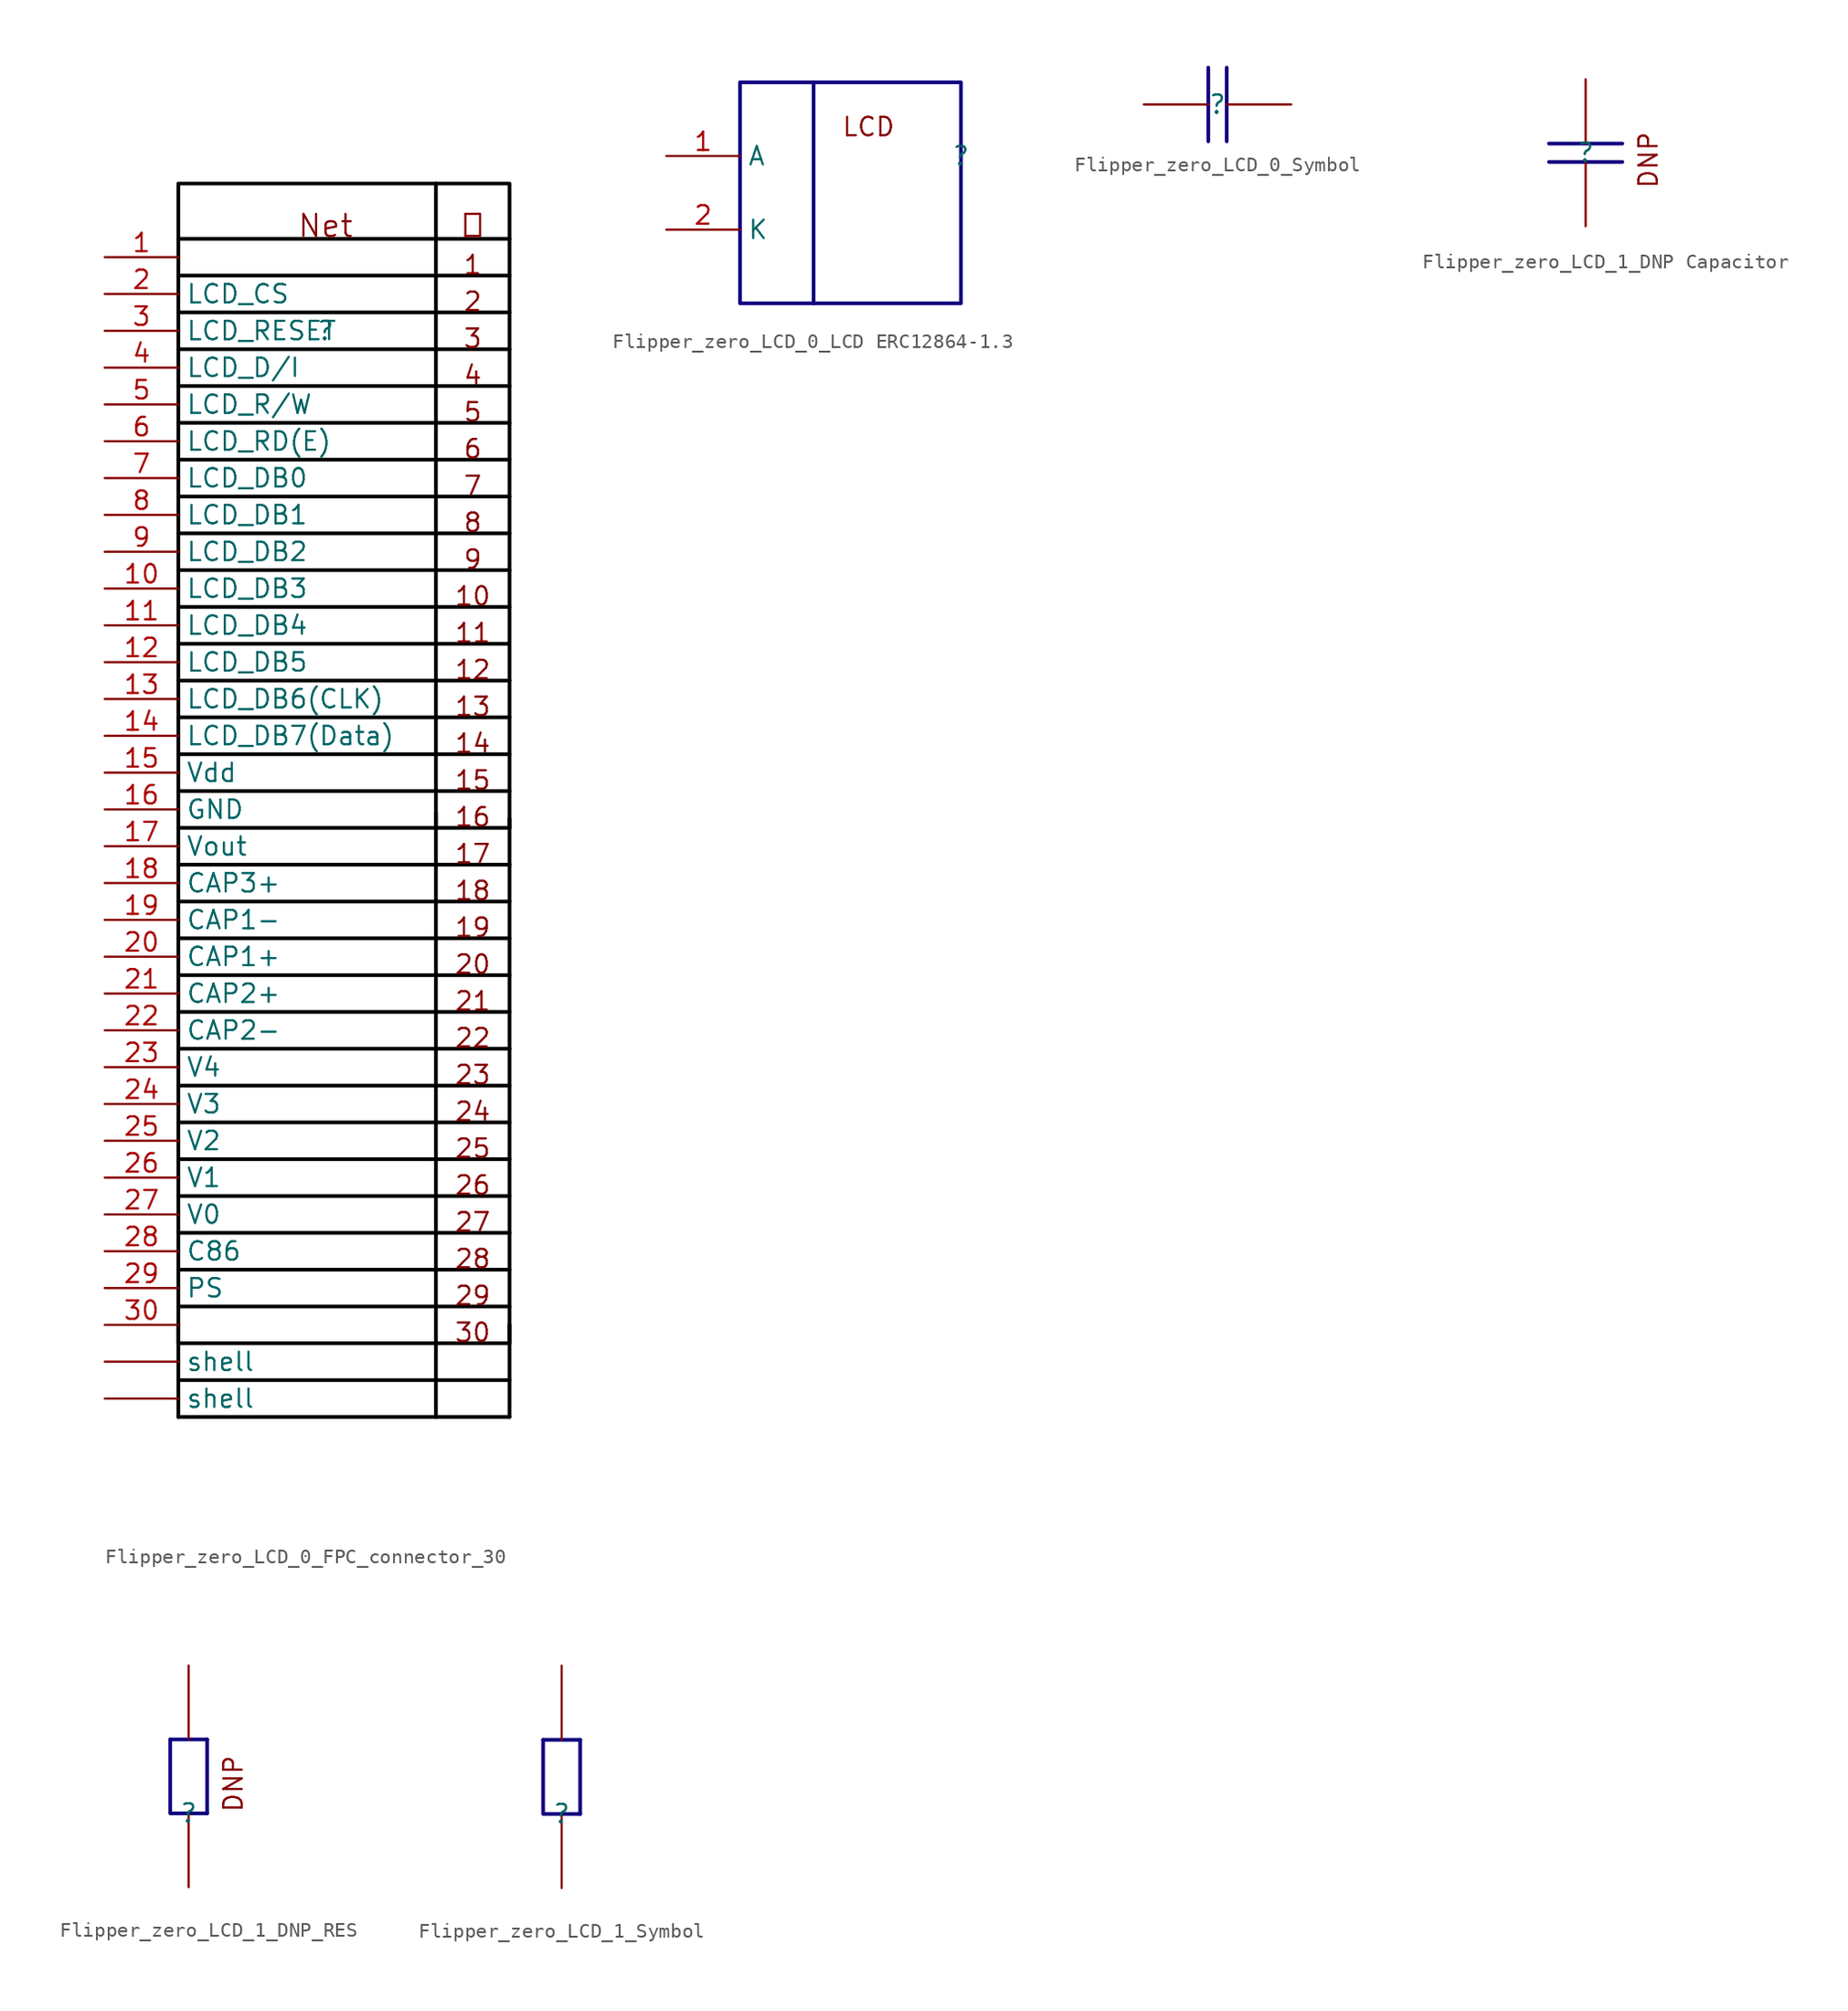
<source format=kicad_sym>
(kicad_symbol_lib
  (version 20220914)
  (generator kicad_symbol_editor)
  (symbol "Flipper_zero_LCD_0_FPC_connector_30"
    (property "Reference" ""
      (at 0 0 0)
      (effects (font (size 1.27 1.27))))
    (property "Value" ""
      (at 0 0 0)
      (effects (font (size 1.27 1.27))))
    (symbol "Flipper_zero_LCD_0_FPC_connector_30_1_0"
      (polyline (pts (xy -10.16 -74.93) (xy 12.7 -74.93)) (stroke (width 0.254) (type solid) (color 0 0 0 1)) (fill (type none)))
      (polyline (pts (xy -10.16 -72.39) (xy 12.7 -72.39)) (stroke (width 0.254) (type solid) (color 0 0 0 1)) (fill (type none)))
      (polyline (pts (xy -10.16 -68.58) (xy -10.16 -74.93)) (stroke (width 0.254) (type solid) (color 0 0 0 1)) (fill (type none)))
      (polyline (pts (xy -10.16 -67.31) (xy 12.7 -67.31)) (stroke (width 0.254) (type solid) (color 0 0 0 1)) (fill (type none)))
      (polyline (pts (xy -10.16 -64.77) (xy 12.7 -64.77)) (stroke (width 0.254) (type solid) (color 0 0 0 1)) (fill (type none)))
      (polyline (pts (xy -10.16 -62.23) (xy 12.7 -62.23)) (stroke (width 0.254) (type solid) (color 0 0 0 1)) (fill (type none)))
      (polyline (pts (xy -10.16 -59.69) (xy 12.7 -59.69)) (stroke (width 0.254) (type solid) (color 0 0 0 1)) (fill (type none)))
      (polyline (pts (xy -10.16 -57.15) (xy 12.7 -57.15)) (stroke (width 0.254) (type solid) (color 0 0 0 1)) (fill (type none)))
      (polyline (pts (xy -10.16 -54.61) (xy 12.7 -54.61)) (stroke (width 0.254) (type solid) (color 0 0 0 1)) (fill (type none)))
      (polyline (pts (xy -10.16 -52.07) (xy 12.7 -52.07)) (stroke (width 0.254) (type solid) (color 0 0 0 1)) (fill (type none)))
      (polyline (pts (xy -10.16 -49.53) (xy 12.7 -49.53)) (stroke (width 0.254) (type solid) (color 0 0 0 1)) (fill (type none)))
      (polyline (pts (xy -10.16 -46.99) (xy 12.7 -46.99)) (stroke (width 0.254) (type solid) (color 0 0 0 1)) (fill (type none)))
      (polyline (pts (xy -10.16 -44.45) (xy 12.7 -44.45)) (stroke (width 0.254) (type solid) (color 0 0 0 1)) (fill (type none)))
      (polyline (pts (xy -10.16 -41.91) (xy 12.7 -41.91)) (stroke (width 0.254) (type solid) (color 0 0 0 1)) (fill (type none)))
      (polyline (pts (xy -10.16 -39.37) (xy 12.7 -39.37)) (stroke (width 0.254) (type solid) (color 0 0 0 1)) (fill (type none)))
      (polyline (pts (xy -10.16 -36.83) (xy 12.7 -36.83)) (stroke (width 0.254) (type solid) (color 0 0 0 1)) (fill (type none)))
      (polyline (pts (xy -10.16 -31.75) (xy 12.7 -31.75)) (stroke (width 0.254) (type solid) (color 0 0 0 1)) (fill (type none)))
      (polyline (pts (xy -10.16 -29.21) (xy 12.7 -29.21)) (stroke (width 0.254) (type solid) (color 0 0 0 1)) (fill (type none)))
      (polyline (pts (xy -10.16 -26.67) (xy 12.7 -26.67)) (stroke (width 0.254) (type solid) (color 0 0 0 1)) (fill (type none)))
      (polyline (pts (xy -10.16 -21.59) (xy -10.16 -24.13)) (stroke (width 0.254) (type solid) (color 0 0 0 1)) (fill (type none)))
      (polyline (pts (xy -10.16 1.27) (xy 12.7 1.27)) (stroke (width 0.254) (type solid) (color 0 0 0 1)) (fill (type none)))
      (polyline (pts (xy -10.16 3.81) (xy 12.7 3.81)) (stroke (width 0.254) (type solid) (color 0 0 0 1)) (fill (type none)))
      (polyline (pts (xy -10.16 6.35) (xy 12.7 6.35)) (stroke (width 0.254) (type solid) (color 0 0 0 1)) (fill (type none)))
      (polyline (pts (xy 7.62 -33.274) (xy 7.62 -74.93)) (stroke (width 0.254) (type solid) (color 0 0 0 1)) (fill (type none)))
      (polyline (pts (xy 7.62 -24.13) (xy 7.62 -34.29)) (stroke (width 0.254) (type solid) (color 0 0 0 1)) (fill (type none)))
      (polyline (pts (xy 7.62 10.16) (xy 7.62 -24.13)) (stroke (width 0.254) (type solid) (color 0 0 0 1)) (fill (type none)))
      (polyline (pts (xy 12.7 -68.58) (xy 12.7 -74.93)) (stroke (width 0.254) (type solid) (color 0 0 0 1)) (fill (type none)))
      (polyline (pts (xy 12.7 -34.29) (xy 12.7 -24.13)) (stroke (width 0.254) (type solid) (color 0 0 0 1)) (fill (type none)))
      (polyline (pts (xy -10.16 -24.13) (xy -10.16 -34.29) (xy 12.7 -34.29)) (stroke (width 0.254) (type solid) (color 0 0 0 1)) (fill (type none)))
      (polyline (pts (xy 12.7 -11.43) (xy 12.7 -13.97) (xy -10.16 -13.97)) (stroke (width 0.254) (type solid) (color 0 0 0 1)) (fill (type none)))
      (polyline (pts (xy -10.16 -34.29) (xy -10.16 -69.85) (xy 12.7 -69.85) (xy 12.7 -33.655)) (stroke (width 0.254) (type solid) (color 0 0 0 1)) (fill (type none)))
      (polyline (pts (xy -10.16 -16.51) (xy -10.16 -19.05) (xy 12.7 -19.05) (xy 12.7 -16.51)) (stroke (width 0.254) (type solid) (color 0 0 0 1)) (fill (type none)))
      (polyline (pts (xy -10.16 -11.43) (xy -10.16 -16.51) (xy 12.7 -16.51) (xy 12.7 -13.97)) (stroke (width 0.254) (type solid) (color 0 0 0 1)) (fill (type none)))
      (polyline (pts (xy -10.16 -8.89) (xy -10.16 -11.43) (xy 12.7 -11.43) (xy 12.7 -8.89)) (stroke (width 0.254) (type solid) (color 0 0 0 1)) (fill (type none)))
      (polyline (pts (xy -10.16 -3.81) (xy -10.16 -6.35) (xy 12.7 -6.35) (xy 12.7 -3.81)) (stroke (width 0.254) (type solid) (color 0 0 0 1)) (fill (type none)))
      (polyline (pts (xy -10.16 -1.27) (xy -10.16 -3.81) (xy 12.7 -3.81) (xy 12.7 -1.27)) (stroke (width 0.254) (type solid) (color 0 0 0 1)) (fill (type none)))
      (polyline (pts (xy 12.7 -6.35) (xy 12.7 -8.89) (xy -10.16 -8.89) (xy -10.16 -6.35)) (stroke (width 0.254) (type solid) (color 0 0 0 1)) (fill (type none)))
      (polyline (pts (xy -10.16 -19.05) (xy -10.16 -21.59) (xy 12.7 -21.59) (xy 12.7 -19.05) (xy 12.7 -24.13) (xy -10.16 -24.13)) (stroke (width 0.254) (type solid) (color 0 0 0 1)) (fill (type none)))
      (polyline (pts (xy -10.16 0) (xy -10.16 10.16) (xy 12.7 10.16) (xy 12.7 -1.27) (xy -10.16 -1.27) (xy -10.16 0)) (stroke (width 0.254) (type solid) (color 0 0 0 1)) (fill (type none)))
      (text "1" (at 10.16 3.81 0) (effects (font (size 1.27 1.27)) (justify bottom)))
      (text "10" (at 10.16 -19.05 0) (effects (font (size 1.27 1.27)) (justify bottom)))
      (text "11" (at 10.16 -21.59 0) (effects (font (size 1.27 1.27)) (justify bottom)))
      (text "12" (at 10.16 -24.13 0) (effects (font (size 1.27 1.27)) (justify bottom)))
      (text "13" (at 10.16 -26.67 0) (effects (font (size 1.27 1.27)) (justify bottom)))
      (text "14" (at 10.16 -29.21 0) (effects (font (size 1.27 1.27)) (justify bottom)))
      (text "15" (at 10.16 -31.75 0) (effects (font (size 1.27 1.27)) (justify bottom)))
      (text "16" (at 10.16 -34.29 0) (effects (font (size 1.27 1.27)) (justify bottom)))
      (text "17" (at 10.16 -36.83 0) (effects (font (size 1.27 1.27)) (justify bottom)))
      (text "18" (at 10.16 -39.37 0) (effects (font (size 1.27 1.27)) (justify bottom)))
      (text "19" (at 10.16 -41.91 0) (effects (font (size 1.27 1.27)) (justify bottom)))
      (text "2" (at 10.16 1.27 0) (effects (font (size 1.27 1.27)) (justify bottom)))
      (text "20" (at 10.16 -44.45 0) (effects (font (size 1.27 1.27)) (justify bottom)))
      (text "21" (at 10.16 -46.99 0) (effects (font (size 1.27 1.27)) (justify bottom)))
      (text "22" (at 10.16 -49.53 0) (effects (font (size 1.27 1.27)) (justify bottom)))
      (text "23" (at 10.16 -52.07 0) (effects (font (size 1.27 1.27)) (justify bottom)))
      (text "24" (at 10.16 -54.61 0) (effects (font (size 1.27 1.27)) (justify bottom)))
      (text "25" (at 10.16 -57.15 0) (effects (font (size 1.27 1.27)) (justify bottom)))
      (text "26" (at 10.16 -59.69 0) (effects (font (size 1.27 1.27)) (justify bottom)))
      (text "27" (at 10.16 -62.23 0) (effects (font (size 1.27 1.27)) (justify bottom)))
      (text "28" (at 10.16 -64.77 0) (effects (font (size 1.27 1.27)) (justify bottom)))
      (text "29" (at 10.16 -67.31 0) (effects (font (size 1.27 1.27)) (justify bottom)))
      (text "3" (at 10.16 -1.27 0) (effects (font (size 1.27 1.27)) (justify bottom)))
      (text "30" (at 10.16 -69.85 0) (effects (font (size 1.27 1.27)) (justify bottom)))
      (text "4" (at 10.16 -3.81 0) (effects (font (size 1.27 1.27)) (justify bottom)))
      (text "5" (at 10.16 -6.35 0) (effects (font (size 1.27 1.27)) (justify bottom)))
      (text "6" (at 10.16 -8.89 0) (effects (font (size 1.27 1.27)) (justify bottom)))
      (text "7" (at 10.16 -11.43 0) (effects (font (size 1.27 1.27)) (justify bottom)))
      (text "8" (at 10.16 -13.97 0) (effects (font (size 1.27 1.27)) (justify bottom)))
      (text "9" (at 10.16 -16.51 0) (effects (font (size 1.27 1.27)) (justify bottom)))
      (text "Net" (at 0 6.35 0) (effects (font (size 1.524 1.524)) (justify bottom)))
      (text "№" (at 10.16 6.35 0) (effects (font (size 1.524 1.524)) (justify bottom)))
      (pin passive line (at -15.24 5.08 0) (length 5.08) (name "1" (effects (font (size 0 0)))) (number "1" (effects (font (size 1.27 1.27)))))
      (pin passive line (at -15.24 -17.78 0) (length 5.08) (name "LCD_DB3" (effects (font (size 1.27 1.27)))) (number "10" (effects (font (size 1.27 1.27)))))
      (pin passive line (at -15.24 -20.32 0) (length 5.08) (name "LCD_DB4" (effects (font (size 1.27 1.27)))) (number "11" (effects (font (size 1.27 1.27)))))
      (pin passive line (at -15.24 -22.86 0) (length 5.08) (name "LCD_DB5" (effects (font (size 1.27 1.27)))) (number "12" (effects (font (size 1.27 1.27)))))
      (pin passive line (at -15.24 -25.4 0) (length 5.08) (name "LCD_DB6(CLK)" (effects (font (size 1.27 1.27)))) (number "13" (effects (font (size 1.27 1.27)))))
      (pin passive line (at -15.24 -27.94 0) (length 5.08) (name "LCD_DB7(Data)" (effects (font (size 1.27 1.27)))) (number "14" (effects (font (size 1.27 1.27)))))
      (pin passive line (at -15.24 -30.48 0) (length 5.08) (name "Vdd" (effects (font (size 1.27 1.27)))) (number "15" (effects (font (size 1.27 1.27)))))
      (pin passive line (at -15.24 -33.02 0) (length 5.08) (name "GND" (effects (font (size 1.27 1.27)))) (number "16" (effects (font (size 1.27 1.27)))))
      (pin passive line (at -15.24 -35.56 0) (length 5.08) (name "Vout" (effects (font (size 1.27 1.27)))) (number "17" (effects (font (size 1.27 1.27)))))
      (pin passive line (at -15.24 -38.1 0) (length 5.08) (name "CAP3+" (effects (font (size 1.27 1.27)))) (number "18" (effects (font (size 1.27 1.27)))))
      (pin passive line (at -15.24 -40.64 0) (length 5.08) (name "CAP1-" (effects (font (size 1.27 1.27)))) (number "19" (effects (font (size 1.27 1.27)))))
      (pin passive line (at -15.24 2.54 0) (length 5.08) (name "LCD_CS" (effects (font (size 1.27 1.27)))) (number "2" (effects (font (size 1.27 1.27)))))
      (pin passive line (at -15.24 -43.18 0) (length 5.08) (name "CAP1+" (effects (font (size 1.27 1.27)))) (number "20" (effects (font (size 1.27 1.27)))))
      (pin passive line (at -15.24 -45.72 0) (length 5.08) (name "CAP2+" (effects (font (size 1.27 1.27)))) (number "21" (effects (font (size 1.27 1.27)))))
      (pin passive line (at -15.24 -48.26 0) (length 5.08) (name "CAP2-" (effects (font (size 1.27 1.27)))) (number "22" (effects (font (size 1.27 1.27)))))
      (pin passive line (at -15.24 -50.8 0) (length 5.08) (name "V4" (effects (font (size 1.27 1.27)))) (number "23" (effects (font (size 1.27 1.27)))))
      (pin passive line (at -15.24 -53.34 0) (length 5.08) (name "V3" (effects (font (size 1.27 1.27)))) (number "24" (effects (font (size 1.27 1.27)))))
      (pin passive line (at -15.24 -55.88 0) (length 5.08) (name "V2" (effects (font (size 1.27 1.27)))) (number "25" (effects (font (size 1.27 1.27)))))
      (pin passive line (at -15.24 -58.42 0) (length 5.08) (name "V1" (effects (font (size 1.27 1.27)))) (number "26" (effects (font (size 1.27 1.27)))))
      (pin passive line (at -15.24 -60.96 0) (length 5.08) (name "V0" (effects (font (size 1.27 1.27)))) (number "27" (effects (font (size 1.27 1.27)))))
      (pin passive line (at -15.24 -63.5 0) (length 5.08) (name "C86" (effects (font (size 1.27 1.27)))) (number "28" (effects (font (size 1.27 1.27)))))
      (pin passive line (at -15.24 -66.04 0) (length 5.08) (name "PS" (effects (font (size 1.27 1.27)))) (number "29" (effects (font (size 1.27 1.27)))))
      (pin passive line (at -15.24 0 0) (length 5.08) (name "LCD_RESET" (effects (font (size 1.27 1.27)))) (number "3" (effects (font (size 1.27 1.27)))))
      (pin passive line (at -15.24 -68.58 0) (length 5.08) (name "NC" (effects (font (size 0 0)))) (number "30" (effects (font (size 1.27 1.27)))))
      (pin passive line (at -15.24 -71.12 0) (length 5.08) (name "shell" (effects (font (size 1.27 1.27)))) (number "31" (effects (font (size 0 0)))))
      (pin passive line (at -15.24 -73.66 0) (length 5.08) (name "shell" (effects (font (size 1.27 1.27)))) (number "32" (effects (font (size 0 0)))))
      (pin passive line (at -15.24 -2.54 0) (length 5.08) (name "LCD_D/I" (effects (font (size 1.27 1.27)))) (number "4" (effects (font (size 1.27 1.27)))))
      (pin passive line (at -15.24 -5.08 0) (length 5.08) (name "LCD_R/W" (effects (font (size 1.27 1.27)))) (number "5" (effects (font (size 1.27 1.27)))))
      (pin passive line (at -15.24 -7.62 0) (length 5.08) (name "LCD_RD(E)" (effects (font (size 1.27 1.27)))) (number "6" (effects (font (size 1.27 1.27)))))
      (pin passive line (at -15.24 -10.16 0) (length 5.08) (name "LCD_DB0" (effects (font (size 1.27 1.27)))) (number "7" (effects (font (size 1.27 1.27)))))
      (pin passive line (at -15.24 -12.7 0) (length 5.08) (name "LCD_DB1" (effects (font (size 1.27 1.27)))) (number "8" (effects (font (size 1.27 1.27)))))
      (pin passive line (at -15.24 -15.24 0) (length 5.08) (name "LCD_DB2" (effects (font (size 1.27 1.27)))) (number "9" (effects (font (size 1.27 1.27)))))))
  (symbol "Flipper_zero_LCD_0_LCD ERC12864-1.3"
    (property "Reference" ""
      (at 0 0 0)
      (effects (font (size 1.27 1.27))))
    (property "Value" ""
      (at 0 0 0)
      (effects (font (size 1.27 1.27))))
    (symbol "Flipper_zero_LCD_0_LCD ERC12864-1.3_1_0"
      (polyline (pts (xy -10.16 5.08) (xy -10.16 -10.16)) (stroke (width 0.254) (type solid) (color 17 3 127 1)) (fill (type none)))
      (polyline (pts (xy -15.24 -10.16) (xy -15.24 5.08) (xy 0 5.08) (xy 0 -10.16) (xy -15.24 -10.16)) (stroke (width 0.254) (type solid) (color 17 3 127 1)) (fill (type none)))
      (text "LCD" (at -8.255 1.27 0) (effects (font (size 1.27 1.27)) (justify left bottom)))
      (pin passive line (at -20.32 0 0) (length 5.08) (name "A" (effects (font (size 1.27 1.27)))) (number "1" (effects (font (size 1.27 1.27)))))
      (pin output line (at -20.32 -5.08 0) (length 5.08) (name "K" (effects (font (size 1.27 1.27)))) (number "2" (effects (font (size 1.27 1.27)))))))
  (symbol "Flipper_zero_LCD_0_Symbol"
    (property "Reference" ""
      (at 0 0 0)
      (effects (font (size 1.27 1.27))))
    (property "Value" ""
      (at 0 0 0)
      (effects (font (size 1.27 1.27))))
    (symbol "Flipper_zero_LCD_0_Symbol_1_0"
      (polyline (pts (xy -0.635 2.54) (xy -0.635 -2.54)) (stroke (width 0.254) (type solid) (color 17 3 127 1)) (fill (type none)))
      (polyline (pts (xy 0.635 2.54) (xy 0.635 -2.54)) (stroke (width 0.254) (type solid) (color 17 3 127 1)) (fill (type none)))
      (pin passive line (at -5.08 0 0) (length 4.445) (name "1" (effects (font (size 0 0)))) (number "1" (effects (font (size 0 0)))))
      (pin passive line (at 5.08 0 180) (length 4.445) (name "2" (effects (font (size 0 0)))) (number "2" (effects (font (size 0 0)))))))
  (symbol "Flipper_zero_LCD_1_DNP Capacitor"
    (property "Reference" ""
      (at 0 0 0)
      (effects (font (size 1.27 1.27))))
    (property "Value" ""
      (at 0 0 0)
      (effects (font (size 1.27 1.27))))
    (symbol "Flipper_zero_LCD_1_DNP Capacitor_1_0"
      (polyline (pts (xy -2.54 -0.635) (xy 2.54 -0.635)) (stroke (width 0.254) (type solid) (color 17 3 127 1)) (fill (type none)))
      (polyline (pts (xy -2.54 0.635) (xy 2.54 0.635)) (stroke (width 0.254) (type solid) (color 17 3 127 1)) (fill (type none)))
      (text "DNP" (at 5.08 -2.54 900) (effects (font (size 1.27 1.27)) (justify left bottom)))
      (pin passive line (at 0 -5.08 90) (length 4.445) (name "1" (effects (font (size 0 0)))) (number "1" (effects (font (size 0 0)))))
      (pin passive line (at 0 5.08 270) (length 4.445) (name "2" (effects (font (size 0 0)))) (number "2" (effects (font (size 0 0)))))))
  (symbol "Flipper_zero_LCD_1_DNP_RES"
    (property "Reference" ""
      (at 0 0 0)
      (effects (font (size 1.27 1.27))))
    (property "Value" ""
      (at 0 0 0)
      (effects (font (size 1.27 1.27))))
    (symbol "Flipper_zero_LCD_1_DNP_RES_1_0"
      (polyline (pts (xy -1.27 5.08) (xy 1.27 5.08)) (stroke (width 0.254) (type solid) (color 17 3 127 1)) (fill (type none)))
      (polyline (pts (xy 1.27 0) (xy 1.27 5.08)) (stroke (width 0.254) (type solid) (color 17 3 127 1)) (fill (type none)))
      (polyline (pts (xy 1.27 0) (xy -1.27 0) (xy -1.27 5.08)) (stroke (width 0.254) (type solid) (color 17 3 127 1)) (fill (type none)))
      (text "DNP" (at 3.81 0 900) (effects (font (size 1.27 1.27)) (justify left bottom)))
      (pin passive line (at 0 10.16 270) (length 5.08) (name "1" (effects (font (size 0 0)))) (number "1" (effects (font (size 0 0)))))
      (pin passive line (at 0 -5.08 90) (length 5.08) (name "2" (effects (font (size 0 0)))) (number "2" (effects (font (size 0 0)))))))
  (symbol "Flipper_zero_LCD_1_Symbol"
    (property "Reference" ""
      (at 0 0 0)
      (effects (font (size 1.27 1.27))))
    (property "Value" ""
      (at 0 0 0)
      (effects (font (size 1.27 1.27))))
    (symbol "Flipper_zero_LCD_1_Symbol_1_0"
      (polyline (pts (xy -1.27 5.08) (xy 1.27 5.08)) (stroke (width 0.254) (type solid) (color 17 3 127 1)) (fill (type none)))
      (polyline (pts (xy 1.27 0) (xy 1.27 5.08)) (stroke (width 0.254) (type solid) (color 17 3 127 1)) (fill (type none)))
      (polyline (pts (xy 1.27 0) (xy -1.27 0) (xy -1.27 5.08)) (stroke (width 0.254) (type solid) (color 17 3 127 1)) (fill (type none)))
      (pin passive line (at 0 10.16 270) (length 5.08) (name "1" (effects (font (size 0 0)))) (number "1" (effects (font (size 0 0)))))
      (pin passive line (at 0 -5.08 90) (length 5.08) (name "2" (effects (font (size 0 0)))) (number "2" (effects (font (size 0 0))))))))
</source>
